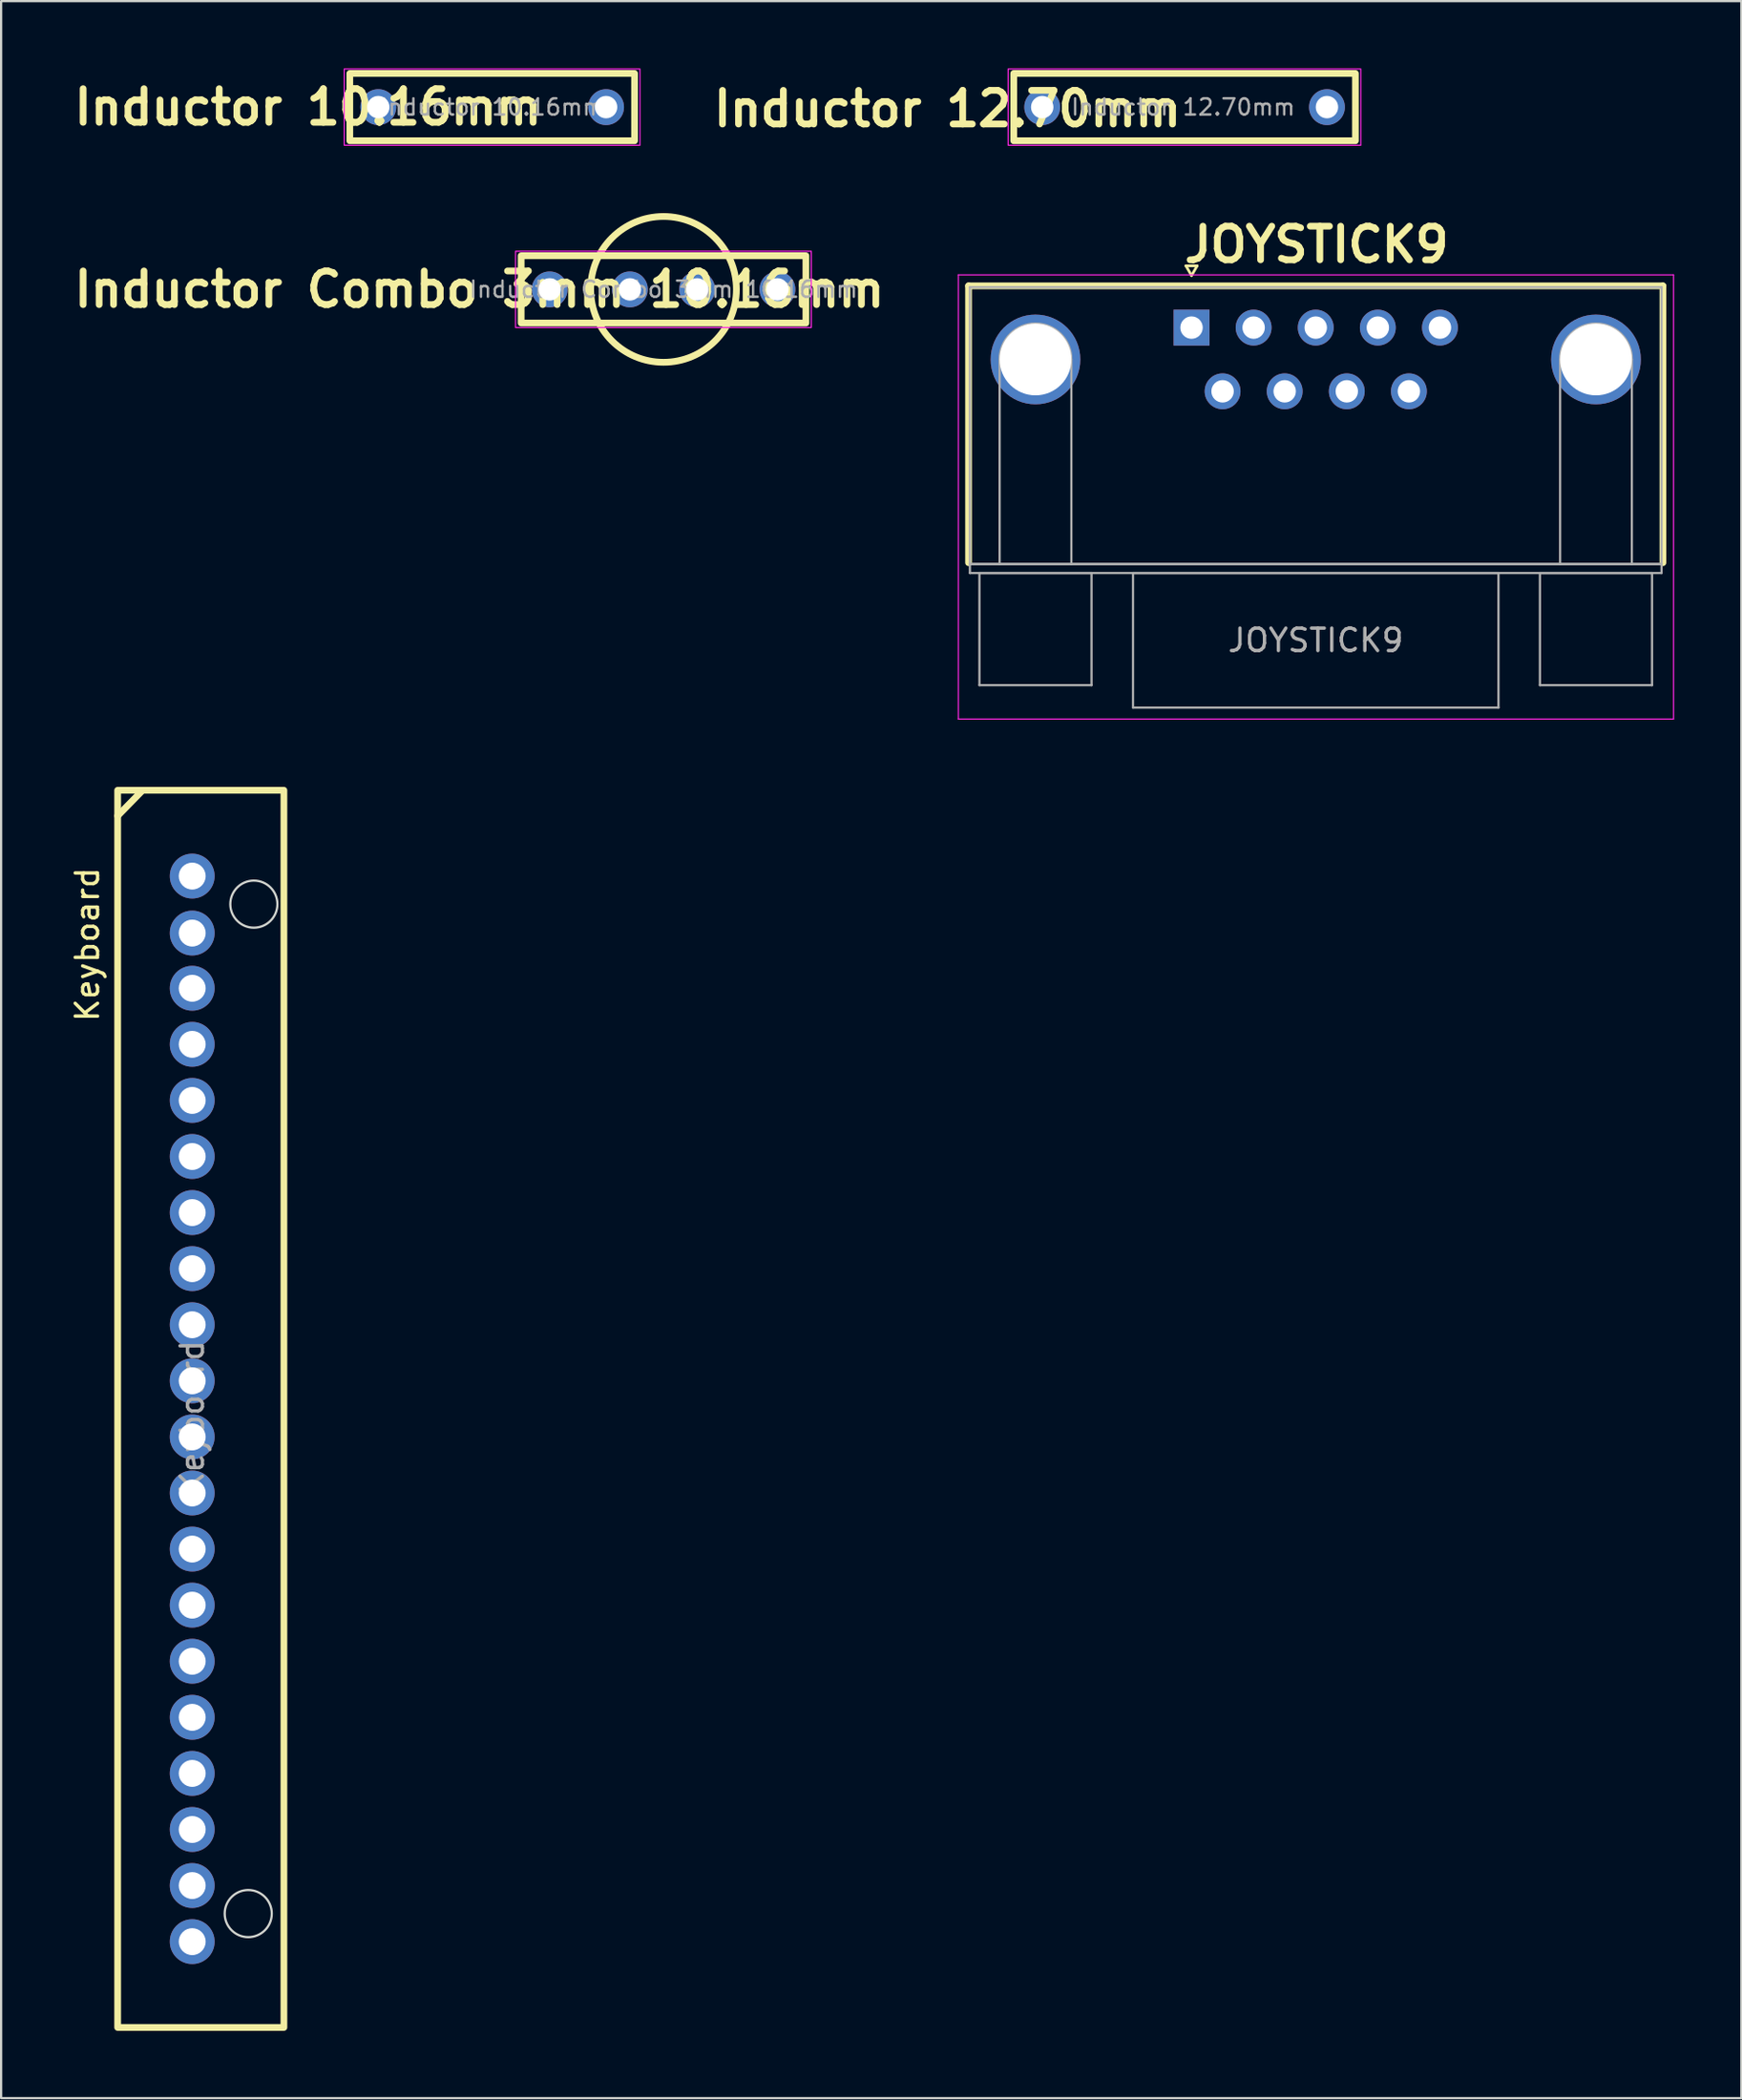
<source format=kicad_pcb>
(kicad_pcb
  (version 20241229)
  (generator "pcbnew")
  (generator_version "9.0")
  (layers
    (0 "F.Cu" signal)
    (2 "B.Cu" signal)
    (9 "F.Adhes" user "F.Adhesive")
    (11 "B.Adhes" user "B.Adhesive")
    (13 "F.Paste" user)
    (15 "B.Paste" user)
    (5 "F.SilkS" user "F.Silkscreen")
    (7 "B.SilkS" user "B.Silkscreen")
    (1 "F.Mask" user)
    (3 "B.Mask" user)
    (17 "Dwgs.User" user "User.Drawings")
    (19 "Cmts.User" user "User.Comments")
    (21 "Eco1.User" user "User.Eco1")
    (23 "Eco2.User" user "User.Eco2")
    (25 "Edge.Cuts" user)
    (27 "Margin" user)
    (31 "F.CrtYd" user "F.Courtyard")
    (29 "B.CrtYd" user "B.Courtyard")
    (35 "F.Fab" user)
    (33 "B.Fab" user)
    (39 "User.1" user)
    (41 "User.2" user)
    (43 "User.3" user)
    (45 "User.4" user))
  (footprint "Inductor 10.16mm"
    (layer "F.Cu")
    (at 13.823 1.725)
    (property "Reference" "Inductor 10.16mm" (at -3.13 0 0) (layer "F.SilkS") (effects (font (size 1.5 1.5) (thickness 0.3) (bold yes))))
    (attr through_hole)
    (fp_rect (start -1.27 -1.5) (end 11.43 1.5) (stroke (width 0.3) (type solid)) (fill no) (layer "F.SilkS"))
    (fp_rect (start -1.52 -1.7) (end 11.67 1.7) (stroke (width 0.05) (type solid)) (fill no) (layer "F.CrtYd"))
    (fp_text user "${REFERENCE}" (at 5.08 0 0) (layer "F.Fab") (effects (font (size 0.72 0.72) (thickness 0.108))))
    (pad "1" thru_hole circle (at 0 0) (size 1.6 1.6) (drill 1) (layers "*.Cu" "*.Mask"))
    (pad "2" thru_hole circle (at 10.16 0) (size 1.6 1.6) (drill 1) (layers "*.Cu" "*.Mask")))
  (footprint "Inductor Combo 3mm 10.16mm"
    (layer "F.Cu")
    (at 21.466 9.85)
    (property "Reference" "Inductor Combo 3mm 10.16mm" (at -3.13 0 0) (layer "F.SilkS") (effects (font (size 1.5 1.5) (thickness 0.3) (bold yes))))
    (attr through_hole)
    (fp_rect (start -1.27 -1.5) (end 11.43 1.5) (stroke (width 0.3) (type solid)) (fill no) (layer "F.SilkS"))
    (fp_circle (center 5.08 0) (end 8.33 0) (stroke (width 0.3) (type solid)) (fill no) (layer "F.SilkS"))
    (fp_rect (start -1.52 -1.7) (end 11.67 1.7) (stroke (width 0.05) (type solid)) (fill no) (layer "F.CrtYd"))
    (fp_text user "${REFERENCE}" (at 5.08 0 0) (layer "F.Fab") (effects (font (size 0.72 0.72) (thickness 0.108))))
    (pad "1" thru_hole circle (at 0 0) (size 1.6 1.6) (drill 1) (layers "*.Cu" "*.Mask"))
    (pad "1" thru_hole circle (at 3.58 0) (size 1.6 1.6) (drill 1) (layers "*.Cu" "*.Mask"))
    (pad "2" thru_hole circle (at 6.58 0) (size 1.6 1.6) (drill 1) (layers "*.Cu" "*.Mask"))
    (pad "2" thru_hole circle (at 10.16 0) (size 1.6 1.6) (drill 1) (layers "*.Cu" "*.Mask")))
  (footprint "Keyboard"
    (layer "F.Cu")
    (at 5.523 36.004)
    (property "Reference" "Keyboard" (at -4.675 3.05 90) (layer "F.SilkS") (effects (font (size 1 1) (thickness 0.15))))
    (attr through_hole)
    (fp_line (start -3.325 -2.685) (end -2.25 -3.785) (stroke (width 0.3) (type default)) (layer "F.SilkS"))
    (fp_rect (start -3.325 -3.825) (end 4.09 51.325) (stroke (width 0.3) (type default)) (fill no) (layer "F.SilkS"))
    (fp_circle (center 2.5 46.25) (end 3.55 46.25) (stroke (width 0.1) (type solid)) (fill no) (layer "Edge.Cuts"))
    (fp_circle (center 2.75 1.25) (end 3.8 1.25) (stroke (width 0.1) (type solid)) (fill no) (layer "Edge.Cuts"))
    (fp_text user "${REFERENCE}" (at 0 24.13 90) (layer "F.Fab") (effects (font (size 1 1) (thickness 0.15))))
    (pad "1" thru_hole circle (at 0 47.5) (size 2 2) (drill 1.2) (layers "*.Cu" "*.Mask"))
    (pad "2" thru_hole circle (at 0 45) (size 2 2) (drill 1.2) (layers "*.Cu" "*.Mask"))
    (pad "3" thru_hole circle (at 0 42.5) (size 2 2) (drill 1.2) (layers "*.Cu" "*.Mask"))
    (pad "4" thru_hole circle (at 0 40) (size 2 2) (drill 1.2) (layers "*.Cu" "*.Mask"))
    (pad "5" thru_hole circle (at 0 37.5) (size 2 2) (drill 1.2) (layers "*.Cu" "*.Mask"))
    (pad "6" thru_hole circle (at 0 35) (size 2 2) (drill 1.2) (layers "*.Cu" "*.Mask"))
    (pad "7" thru_hole circle (at 0 32.5) (size 2 2) (drill 1.2) (layers "*.Cu" "*.Mask"))
    (pad "8" thru_hole circle (at 0 30) (size 2 2) (drill 1.2) (layers "*.Cu" "*.Mask"))
    (pad "9" thru_hole circle (at 0 27.5) (size 2 2) (drill 1.2) (layers "*.Cu" "*.Mask"))
    (pad "10" thru_hole circle (at 0 25) (size 2 2) (drill 1.2) (layers "*.Cu" "*.Mask"))
    (pad "11" thru_hole circle (at 0 22.5) (size 2 2) (drill 1.2) (layers "*.Cu" "*.Mask"))
    (pad "12" thru_hole circle (at 0 20) (size 2 2) (drill 1.2) (layers "*.Cu" "*.Mask"))
    (pad "13" thru_hole circle (at 0 17.5) (size 2 2) (drill 1.2) (layers "*.Cu" "*.Mask"))
    (pad "14" thru_hole circle (at 0 15) (size 2 2) (drill 1.2) (layers "*.Cu" "*.Mask"))
    (pad "15" thru_hole circle (at 0 12.5) (size 2 2) (drill 1.2) (layers "*.Cu" "*.Mask"))
    (pad "16" thru_hole circle (at 0 10) (size 2 2) (drill 1.2) (layers "*.Cu" "*.Mask"))
    (pad "17" thru_hole circle (at 0 7.5) (size 2 2) (drill 1.2) (layers "*.Cu" "*.Mask"))
    (pad "18" thru_hole circle (at 0 5) (size 2 2) (drill 1.2) (layers "*.Cu" "*.Mask"))
    (pad "19" thru_hole circle (at 0 2.54) (size 2 2) (drill 1.2) (layers "*.Cu" "*.Mask"))
    (pad "20" thru_hole circle (at 0 0) (size 2 2) (drill 1.2) (layers "*.Cu" "*.Mask")))
  (footprint "Inductor 12.70mm"
    (layer "F.Cu")
    (at 43.436 1.725)
    (property "Reference" "Inductor 12.70mm" (at -4.225 0.075 0) (layer "F.SilkS") (effects (font (size 1.5 1.5) (thickness 0.3) (bold yes))))
    (attr through_hole)
    (fp_rect (start -1.27 -1.5) (end 13.97 1.5) (stroke (width 0.3) (type solid)) (fill no) (layer "F.SilkS"))
    (fp_rect (start -1.52 -1.7) (end 14.21 1.7) (stroke (width 0.05) (type solid)) (fill no) (layer "F.CrtYd"))
    (fp_text user "${REFERENCE}" (at 6.285 0 0) (layer "F.Fab") (effects (font (size 0.72 0.72) (thickness 0.108))))
    (pad "1" thru_hole circle (at 0 0) (size 1.6 1.6) (drill 1) (layers "*.Cu" "*.Mask"))
    (pad "2" thru_hole circle (at 12.7 0) (size 1.6 1.6) (drill 1) (layers "*.Cu" "*.Mask")))
  (footprint "JOYSTICK9"
    (layer "F.Cu")
    (at 50.096 11.554)
    (property "Reference" "JOYSTICK9" (at 5.58 -3.7 0) (layer "F.SilkS") (effects (font (size 1.5 1.5) (thickness 0.3) (bold yes))))
    (attr through_hole)
    (fp_line (start -9.945 -1.86) (end 21.025 -1.86) (stroke (width 0.3) (type solid)) (layer "F.SilkS"))
    (fp_line (start -9.945 10.48) (end -9.945 -1.86) (stroke (width 0.3) (type solid)) (layer "F.SilkS"))
    (fp_line (start -0.25 -2.754) (end 0.25 -2.754) (stroke (width 0.12) (type solid)) (layer "F.SilkS"))
    (fp_line (start 0 -2.321) (end -0.25 -2.754) (stroke (width 0.12) (type solid)) (layer "F.SilkS"))
    (fp_line (start 0.25 -2.754) (end 0 -2.321) (stroke (width 0.12) (type solid)) (layer "F.SilkS"))
    (fp_line (start 21.025 -1.86) (end 21.025 10.48) (stroke (width 0.3) (type solid)) (layer "F.SilkS"))
    (fp_line (start -10.4 -2.35) (end -10.4 17.45) (stroke (width 0.05) (type solid)) (layer "F.CrtYd"))
    (fp_line (start -10.4 17.45) (end 21.5 17.45) (stroke (width 0.05) (type solid)) (layer "F.CrtYd"))
    (fp_line (start 21.5 -2.35) (end -10.4 -2.35) (stroke (width 0.05) (type solid)) (layer "F.CrtYd"))
    (fp_line (start 21.5 17.45) (end 21.5 -2.35) (stroke (width 0.05) (type solid)) (layer "F.CrtYd"))
    (fp_line (start -9.885 -1.8) (end -9.885 10.54) (stroke (width 0.1) (type solid)) (layer "F.Fab"))
    (fp_line (start -9.885 10.54) (end -9.885 10.94) (stroke (width 0.1) (type solid)) (layer "F.Fab"))
    (fp_line (start -9.885 10.54) (end 20.965 10.54) (stroke (width 0.1) (type solid)) (layer "F.Fab"))
    (fp_line (start -9.885 10.94) (end 20.965 10.94) (stroke (width 0.1) (type solid)) (layer "F.Fab"))
    (fp_line (start -9.46 10.94) (end -9.46 15.94) (stroke (width 0.1) (type solid)) (layer "F.Fab"))
    (fp_line (start -9.46 15.94) (end -4.46 15.94) (stroke (width 0.1) (type solid)) (layer "F.Fab"))
    (fp_line (start -8.56 10.54) (end -8.56 1.42) (stroke (width 0.1) (type solid)) (layer "F.Fab"))
    (fp_line (start -5.36 10.54) (end -5.36 1.42) (stroke (width 0.1) (type solid)) (layer "F.Fab"))
    (fp_line (start -4.46 10.94) (end -9.46 10.94) (stroke (width 0.1) (type solid)) (layer "F.Fab"))
    (fp_line (start -4.46 15.94) (end -4.46 10.94) (stroke (width 0.1) (type solid)) (layer "F.Fab"))
    (fp_line (start -2.61 10.94) (end -2.61 16.94) (stroke (width 0.1) (type solid)) (layer "F.Fab"))
    (fp_line (start -2.61 16.94) (end 13.69 16.94) (stroke (width 0.1) (type solid)) (layer "F.Fab"))
    (fp_line (start 13.69 10.94) (end -2.61 10.94) (stroke (width 0.1) (type solid)) (layer "F.Fab"))
    (fp_line (start 13.69 16.94) (end 13.69 10.94) (stroke (width 0.1) (type solid)) (layer "F.Fab"))
    (fp_line (start 15.54 10.94) (end 15.54 15.94) (stroke (width 0.1) (type solid)) (layer "F.Fab"))
    (fp_line (start 15.54 15.94) (end 20.54 15.94) (stroke (width 0.1) (type solid)) (layer "F.Fab"))
    (fp_line (start 16.44 10.54) (end 16.44 1.42) (stroke (width 0.1) (type solid)) (layer "F.Fab"))
    (fp_line (start 19.64 10.54) (end 19.64 1.42) (stroke (width 0.1) (type solid)) (layer "F.Fab"))
    (fp_line (start 20.54 10.94) (end 15.54 10.94) (stroke (width 0.1) (type solid)) (layer "F.Fab"))
    (fp_line (start 20.54 15.94) (end 20.54 10.94) (stroke (width 0.1) (type solid)) (layer "F.Fab"))
    (fp_line (start 20.965 -1.8) (end -9.885 -1.8) (stroke (width 0.1) (type solid)) (layer "F.Fab"))
    (fp_line (start 20.965 10.54) (end -9.885 10.54) (stroke (width 0.1) (type solid)) (layer "F.Fab"))
    (fp_line (start 20.965 10.54) (end 20.965 -1.8) (stroke (width 0.1) (type solid)) (layer "F.Fab"))
    (fp_line (start 20.965 10.94) (end 20.965 10.54) (stroke (width 0.1) (type solid)) (layer "F.Fab"))
    (fp_arc (start -8.56 1.42) (mid -6.96 -0.18) (end -5.36 1.42) (stroke (width 0.1) (type solid)) (layer "F.Fab"))
    (fp_arc (start 16.44 1.42) (mid 18.04 -0.18) (end 19.64 1.42) (stroke (width 0.1) (type solid)) (layer "F.Fab"))
    (fp_text user "${REFERENCE}" (at 5.54 13.94 0) (layer "F.Fab") (effects (font (size 1 1) (thickness 0.15))))
    (pad "0" thru_hole circle (at -6.96 1.42) (size 4 4) (drill 3.2) (layers "*.Cu" "*.Mask"))
    (pad "0" thru_hole circle (at 18.04 1.42) (size 4 4) (drill 3.2) (layers "*.Cu" "*.Mask"))
    (pad "1" thru_hole rect (at 0 0) (size 1.6 1.6) (drill 1) (layers "*.Cu" "*.Mask"))
    (pad "2" thru_hole circle (at 2.77 0) (size 1.6 1.6) (drill 1) (layers "*.Cu" "*.Mask"))
    (pad "3" thru_hole circle (at 5.54 0) (size 1.6 1.6) (drill 1) (layers "*.Cu" "*.Mask"))
    (pad "4" thru_hole circle (at 8.31 0) (size 1.6 1.6) (drill 1) (layers "*.Cu" "*.Mask"))
    (pad "5" thru_hole circle (at 11.08 0) (size 1.6 1.6) (drill 1) (layers "*.Cu" "*.Mask"))
    (pad "6" thru_hole circle (at 1.385 2.84) (size 1.6 1.6) (drill 1) (layers "*.Cu" "*.Mask"))
    (pad "7" thru_hole circle (at 4.155 2.84) (size 1.6 1.6) (drill 1) (layers "*.Cu" "*.Mask"))
    (pad "8" thru_hole circle (at 6.925 2.84) (size 1.6 1.6) (drill 1) (layers "*.Cu" "*.Mask"))
    (pad "9" thru_hole circle (at 9.695 2.84) (size 1.6 1.6) (drill 1) (layers "*.Cu" "*.Mask")))
  (gr_rect
    (start -3 -3)
    (end 74.621 90.479)
    (stroke (width 0.1) (type default))
    (fill no)
    (layer "Edge.Cuts")))
</source>
